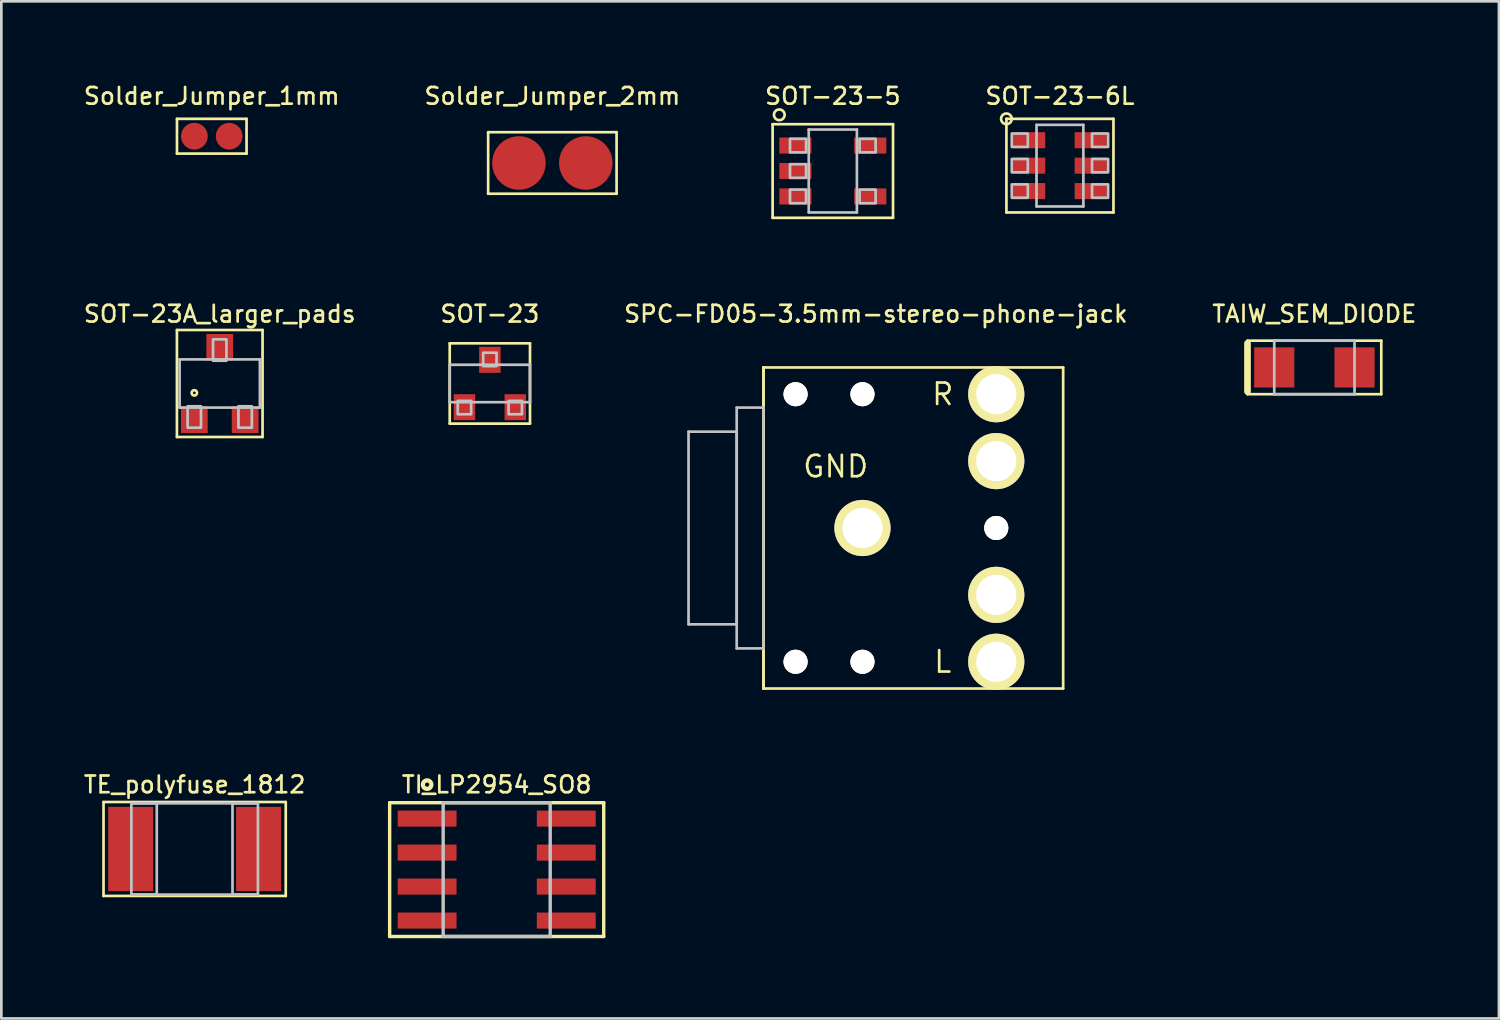
<source format=kicad_pcb>
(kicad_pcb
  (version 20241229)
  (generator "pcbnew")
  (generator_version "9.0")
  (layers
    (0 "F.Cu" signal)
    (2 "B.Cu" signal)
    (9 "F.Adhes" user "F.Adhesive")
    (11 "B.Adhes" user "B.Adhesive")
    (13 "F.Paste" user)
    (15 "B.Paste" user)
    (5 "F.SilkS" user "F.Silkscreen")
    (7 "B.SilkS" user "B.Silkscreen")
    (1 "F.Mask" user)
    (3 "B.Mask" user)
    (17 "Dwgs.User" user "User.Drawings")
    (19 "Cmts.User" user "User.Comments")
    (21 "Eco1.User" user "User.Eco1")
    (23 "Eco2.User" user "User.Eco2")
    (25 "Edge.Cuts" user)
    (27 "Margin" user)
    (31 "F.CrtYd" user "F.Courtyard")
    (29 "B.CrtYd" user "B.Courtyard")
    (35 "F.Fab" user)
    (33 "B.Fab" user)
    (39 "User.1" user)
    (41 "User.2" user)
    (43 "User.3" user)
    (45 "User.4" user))
  (footprint "SOT-23-6L"
    (layer "F.Cu")
    (at 36.562 3.141)
    (property "Reference" "SOT-23-6L" (at 0 -2.6 0) (layer "F.SilkS") (effects (font (size 0.625 0.625) (thickness 0.1))))
    (attr through_hole)
    (fp_line (start -2 -1.75) (end -2 1.75) (stroke (width 0.1) (type solid)) (layer "F.SilkS"))
    (fp_line (start -2 1.75) (end 2 1.75) (stroke (width 0.1) (type solid)) (layer "F.SilkS"))
    (fp_line (start 2 -1.75) (end -2 -1.75) (stroke (width 0.1) (type solid)) (layer "F.SilkS"))
    (fp_line (start 2 1.75) (end 2 -1.75) (stroke (width 0.1) (type solid)) (layer "F.SilkS"))
    (fp_circle (center -2 -1.75) (end -1.859 -1.609) (stroke (width 0.1) (type solid)) (fill no) (layer "F.SilkS"))
    (fp_line (start -0.875 -1.525) (end -0.875 1.525) (stroke (width 0.1) (type solid)) (layer "Dwgs.User"))
    (fp_line (start -0.875 1.525) (end 0.875 1.525) (stroke (width 0.1) (type solid)) (layer "Dwgs.User"))
    (fp_line (start 0.875 -1.525) (end -0.875 -1.525) (stroke (width 0.1) (type solid)) (layer "Dwgs.User"))
    (fp_line (start 0.875 1.525) (end 0.875 -1.525) (stroke (width 0.1) (type solid)) (layer "Dwgs.User"))
    (fp_poly (pts (xy -1.8 -1.2) (xy -1.8 -0.7) (xy -1.2 -0.7) (xy -1.2 -1.2) (xy -1.8 -1.2)) (stroke (width 0.1) (type solid)) (fill no) (layer "Dwgs.User"))
    (fp_poly (pts (xy -1.8 -0.25) (xy -1.8 0.25) (xy -1.2 0.25) (xy -1.2 -0.25) (xy -1.8 -0.25)) (stroke (width 0.1) (type solid)) (fill no) (layer "Dwgs.User"))
    (fp_poly (pts (xy -1.8 0.7) (xy -1.8 1.2) (xy -1.2 1.2) (xy -1.2 0.7) (xy -1.8 0.7)) (stroke (width 0.1) (type solid)) (fill no) (layer "Dwgs.User"))
    (fp_poly (pts (xy 1.2 -1.2) (xy 1.2 -0.7) (xy 1.8 -0.7) (xy 1.8 -1.2) (xy 1.2 -1.2)) (stroke (width 0.1) (type solid)) (fill no) (layer "Dwgs.User"))
    (fp_poly (pts (xy 1.2 -0.25) (xy 1.2 0.25) (xy 1.8 0.25) (xy 1.8 -0.25) (xy 1.2 -0.25)) (stroke (width 0.1) (type solid)) (fill no) (layer "Dwgs.User"))
    (fp_poly (pts (xy 1.2 0.7) (xy 1.2 1.2) (xy 1.8 1.2) (xy 1.8 0.7) (xy 1.2 0.7)) (stroke (width 0.1) (type solid)) (fill no) (layer "Dwgs.User"))
    (pad "1" smd rect (at -1.15 -0.95 180) (size 1.2 0.6) (layers "F.Cu" "F.Mask" "F.Paste"))
    (pad "2" smd rect (at -1.15 0 180) (size 1.2 0.6) (layers "F.Cu" "F.Mask" "F.Paste"))
    (pad "3" smd rect (at -1.15 0.95 180) (size 1.2 0.6) (layers "F.Cu" "F.Mask" "F.Paste"))
    (pad "4" smd rect (at 1.15 0.95) (size 1.2 0.6) (layers "F.Cu" "F.Mask" "F.Paste"))
    (pad "5" smd rect (at 1.15 0) (size 1.2 0.6) (layers "F.Cu" "F.Mask" "F.Paste"))
    (pad "6" smd rect (at 1.15 -0.95) (size 1.2 0.6) (layers "F.Cu" "F.Mask" "F.Paste")))
  (footprint "SOT-23"
    (layer "F.Cu")
    (at 15.257 11.282)
    (property "Reference" "SOT-23" (at 0 -2.6 0) (layer "F.SilkS") (effects (font (size 0.625 0.625) (thickness 0.1))))
    (attr through_hole)
    (fp_line (start -1.5 -1.5) (end -1.5 1.5) (stroke (width 0.1) (type solid)) (layer "F.SilkS"))
    (fp_line (start -1.5 1.5) (end 1.5 1.5) (stroke (width 0.1) (type solid)) (layer "F.SilkS"))
    (fp_line (start 1.5 -1.5) (end -1.5 -1.5) (stroke (width 0.1) (type solid)) (layer "F.SilkS"))
    (fp_line (start 1.5 1.5) (end 1.5 -1.5) (stroke (width 0.1) (type solid)) (layer "F.SilkS"))
    (fp_line (start -1.5 -0.7) (end -1.5 0.7) (stroke (width 0.1) (type solid)) (layer "Dwgs.User"))
    (fp_line (start -1.5 0.7) (end 1.5 0.7) (stroke (width 0.1) (type solid)) (layer "Dwgs.User"))
    (fp_line (start 1.5 -0.7) (end -1.5 -0.7) (stroke (width 0.1) (type solid)) (layer "Dwgs.User"))
    (fp_line (start 1.5 0.7) (end 1.5 -0.7) (stroke (width 0.1) (type solid)) (layer "Dwgs.User"))
    (fp_poly (pts (xy -1.2 0.65) (xy -1.2 1.15) (xy -0.7 1.15) (xy -0.7 0.65) (xy -1.2 0.65)) (stroke (width 0.1) (type solid)) (fill no) (layer "Dwgs.User"))
    (fp_poly (pts (xy -0.25 -1.15) (xy -0.25 -0.65) (xy 0.25 -0.65) (xy 0.25 -1.15) (xy -0.25 -1.15)) (stroke (width 0.1) (type solid)) (fill no) (layer "Dwgs.User"))
    (fp_poly (pts (xy 0.7 0.65) (xy 0.7 1.15) (xy 1.2 1.15) (xy 1.2 0.65) (xy 0.7 0.65)) (stroke (width 0.1) (type solid)) (fill no) (layer "Dwgs.User"))
    (pad "1" smd rect (at -0.95 0.885) (size 0.802 0.972) (layers "F.Cu" "F.Mask" "F.Paste"))
    (pad "2" smd rect (at 0.95 0.885) (size 0.802 0.972) (layers "F.Cu" "F.Mask" "F.Paste"))
    (pad "3" smd rect (at 0 -0.885) (size 0.802 0.972) (layers "F.Cu" "F.Mask" "F.Paste")))
  (footprint "SOT-23-5"
    (layer "F.Cu")
    (at 28.074 3.341)
    (property "Reference" "SOT-23-5" (at 0 -2.8 0) (layer "F.SilkS") (effects (font (size 0.625 0.625) (thickness 0.1))))
    (attr through_hole)
    (fp_line (start -2.25 -1.75) (end -2.25 1.75) (stroke (width 0.1) (type solid)) (layer "F.SilkS"))
    (fp_line (start -2.25 1.75) (end 2.25 1.75) (stroke (width 0.1) (type solid)) (layer "F.SilkS"))
    (fp_line (start 2.25 -1.75) (end -2.25 -1.75) (stroke (width 0.1) (type solid)) (layer "F.SilkS"))
    (fp_line (start 2.25 1.75) (end 2.25 -1.75) (stroke (width 0.1) (type solid)) (layer "F.SilkS"))
    (fp_circle (center -2 -2.1) (end -1.859 -1.959) (stroke (width 0.1) (type solid)) (fill no) (layer "F.SilkS"))
    (fp_line (start -0.9 -1.55) (end -0.9 1.55) (stroke (width 0.1) (type solid)) (layer "Dwgs.User"))
    (fp_line (start -0.9 1.55) (end 0.9 1.55) (stroke (width 0.1) (type solid)) (layer "Dwgs.User"))
    (fp_line (start 0.9 -1.55) (end -0.9 -1.55) (stroke (width 0.1) (type solid)) (layer "Dwgs.User"))
    (fp_line (start 0.9 1.55) (end 0.9 -1.55) (stroke (width 0.1) (type solid)) (layer "Dwgs.User"))
    (fp_poly (pts (xy -1.6 -1.205) (xy -1.6 -0.695) (xy -1 -0.695) (xy -1 -1.205) (xy -1.6 -1.205)) (stroke (width 0.1) (type solid)) (fill no) (layer "Dwgs.User"))
    (fp_poly (pts (xy -1.6 -0.255) (xy -1.6 0.255) (xy -1 0.255) (xy -1 -0.255) (xy -1.6 -0.255)) (stroke (width 0.1) (type solid)) (fill no) (layer "Dwgs.User"))
    (fp_poly (pts (xy -1.6 0.695) (xy -1.6 1.205) (xy -1 1.205) (xy -1 0.695) (xy -1.6 0.695)) (stroke (width 0.1) (type solid)) (fill no) (layer "Dwgs.User"))
    (fp_poly (pts (xy 1 -1.205) (xy 1 -0.695) (xy 1.6 -0.695) (xy 1.6 -1.205) (xy 1 -1.205)) (stroke (width 0.1) (type solid)) (fill no) (layer "Dwgs.User"))
    (fp_poly (pts (xy 1 0.695) (xy 1 1.205) (xy 1.6 1.205) (xy 1.6 0.695) (xy 1 0.695)) (stroke (width 0.1) (type solid)) (fill no) (layer "Dwgs.User"))
    (pad "1" smd rect (at -1.4 -0.95 180) (size 1.2 0.6) (layers "F.Cu" "F.Mask" "F.Paste"))
    (pad "2" smd rect (at -1.4 0 180) (size 1.2 0.6) (layers "F.Cu" "F.Mask" "F.Paste"))
    (pad "3" smd rect (at -1.4 0.95 180) (size 1.2 0.6) (layers "F.Cu" "F.Mask" "F.Paste"))
    (pad "4" smd rect (at 1.4 0.95) (size 1.2 0.6) (layers "F.Cu" "F.Mask" "F.Paste"))
    (pad "5" smd rect (at 1.4 -0.95) (size 1.2 0.6) (layers "F.Cu" "F.Mask" "F.Paste")))
  (footprint "TI_LP2954_SO8"
    (layer "F.Cu")
    (at 15.512 29.448)
    (property "Reference" "TI_LP2954_SO8" (at 0 -3.175 0) (layer "F.SilkS") (effects (font (size 0.625 0.625) (thickness 0.1))))
    (attr through_hole)
    (fp_line (start -4 -2.5) (end -4 2.5) (stroke (width 0.127) (type solid)) (layer "F.SilkS"))
    (fp_line (start -4 2.5) (end 4 2.5) (stroke (width 0.127) (type solid)) (layer "F.SilkS"))
    (fp_line (start 4 -2.5) (end -4 -2.5) (stroke (width 0.127) (type solid)) (layer "F.SilkS"))
    (fp_line (start 4 2.5) (end 4 -2.5) (stroke (width 0.127) (type solid)) (layer "F.SilkS"))
    (fp_circle (center -2.6 -3.175) (end -2.488 -3.063) (stroke (width 0.159) (type solid)) (fill no) (layer "F.SilkS"))
    (fp_line (start -2 -2.5) (end -2 2.5) (stroke (width 0.127) (type solid)) (layer "Dwgs.User"))
    (fp_line (start -2 2.5) (end 2 2.5) (stroke (width 0.127) (type solid)) (layer "Dwgs.User"))
    (fp_line (start 2 -2.5) (end -2 -2.5) (stroke (width 0.127) (type solid)) (layer "Dwgs.User"))
    (fp_line (start 2 2.5) (end 2 -2.5) (stroke (width 0.127) (type solid)) (layer "Dwgs.User"))
    (pad "1" smd rect (at -2.6 -1.905) (size 2.2 0.6) (layers "F.Cu" "F.Mask" "F.Paste"))
    (pad "2" smd rect (at -2.6 -0.635) (size 2.2 0.6) (layers "F.Cu" "F.Mask" "F.Paste"))
    (pad "3" smd rect (at -2.6 0.635) (size 2.2 0.6) (layers "F.Cu" "F.Mask" "F.Paste"))
    (pad "4" smd rect (at -2.6 1.905) (size 2.2 0.6) (layers "F.Cu" "F.Mask" "F.Paste"))
    (pad "5" smd rect (at 2.6 1.905) (size 2.2 0.6) (layers "F.Cu" "F.Mask" "F.Paste"))
    (pad "6" smd rect (at 2.6 0.635) (size 2.2 0.6) (layers "F.Cu" "F.Mask" "F.Paste"))
    (pad "7" smd rect (at 2.6 -0.635) (size 2.2 0.6) (layers "F.Cu" "F.Mask" "F.Paste"))
    (pad "8" smd rect (at 2.6 -1.905) (size 2.2 0.6) (layers "F.Cu" "F.Mask" "F.Paste")))
  (footprint "Solder_Jumper_1mm"
    (layer "F.Cu")
    (at 4.864 2.041)
    (property "Reference" "Solder_Jumper_1mm" (at 0 -1.5 0) (layer "F.SilkS") (effects (font (size 0.625 0.625) (thickness 0.1))))
    (attr through_hole)
    (fp_poly (pts (xy -0.25 -0.5) (xy -0.25 0.5) (xy 0.25 0.5) (xy 0.25 -0.5) (xy -0.25 -0.5)) (stroke (width 0) (type solid)) (fill yes) (layer "F.Mask"))
    (fp_line (start -1.3 -0.65) (end -1.3 0.65) (stroke (width 0.1) (type solid)) (layer "F.SilkS"))
    (fp_line (start -1.3 0.65) (end 1.3 0.65) (stroke (width 0.1) (type solid)) (layer "F.SilkS"))
    (fp_line (start 1.3 -0.65) (end -1.3 -0.65) (stroke (width 0.1) (type solid)) (layer "F.SilkS"))
    (fp_line (start 1.3 0.65) (end 1.3 -0.65) (stroke (width 0.1) (type solid)) (layer "F.SilkS"))
    (pad "1" smd oval (at -0.65 0) (size 1 1) (layers "F.Cu" "F.Mask" "F.Paste"))
    (pad "2" smd oval (at 0.65 0 180) (size 1 1) (layers "F.Cu" "F.Mask" "F.Paste")))
  (footprint "TAIW_SEM_DIODE"
    (layer "F.Cu")
    (at 46.071 10.682)
    (property "Reference" "TAIW_SEM_DIODE" (at 0 -2 0) (layer "F.SilkS") (effects (font (size 0.625 0.625) (thickness 0.1))))
    (attr through_hole)
    (fp_line (start -2.5 -1) (end -2.5 1) (stroke (width 0.1) (type solid)) (layer "F.SilkS"))
    (fp_line (start -2.5 -0.9) (end -2.5 0.9) (stroke (width 0.25) (type solid)) (layer "F.SilkS"))
    (fp_line (start -2.5 1) (end 2.5 1) (stroke (width 0.1) (type solid)) (layer "F.SilkS"))
    (fp_line (start 2.5 -1) (end -2.5 -1) (stroke (width 0.1) (type solid)) (layer "F.SilkS"))
    (fp_line (start 2.5 1) (end 2.5 -1) (stroke (width 0.1) (type solid)) (layer "F.SilkS"))
    (fp_line (start -1.5 -1) (end -1.5 1) (stroke (width 0.1) (type solid)) (layer "Dwgs.User"))
    (fp_line (start -1.5 1) (end 1.5 1) (stroke (width 0.1) (type solid)) (layer "Dwgs.User"))
    (fp_line (start 1.5 -1) (end -1.5 -1) (stroke (width 0.1) (type solid)) (layer "Dwgs.User"))
    (fp_line (start 1.5 1) (end 1.5 -1) (stroke (width 0.1) (type solid)) (layer "Dwgs.User"))
    (pad "1" smd rect (at 1.5 0) (size 1.5 1.5) (layers "F.Cu" "F.Mask" "F.Paste"))
    (pad "2" smd rect (at -1.5 0) (size 1.5 1.5) (layers "F.Cu" "F.Mask" "F.Paste")))
  (footprint "TE_polyfuse_1812"
    (layer "F.Cu")
    (at 4.224 28.678)
    (property "Reference" "TE_polyfuse_1812" (at 0 -2.405 0) (layer "F.SilkS") (effects (font (size 0.625 0.625) (thickness 0.1))))
    (attr through_hole)
    (fp_line (start -3.405 -1.755) (end -3.405 1.755) (stroke (width 0.1) (type solid)) (layer "F.SilkS"))
    (fp_line (start -3.405 1.755) (end 3.405 1.755) (stroke (width 0.1) (type solid)) (layer "F.SilkS"))
    (fp_line (start 3.405 -1.755) (end -3.405 -1.755) (stroke (width 0.1) (type solid)) (layer "F.SilkS"))
    (fp_line (start 3.405 1.755) (end 3.405 -1.755) (stroke (width 0.1) (type solid)) (layer "F.SilkS"))
    (fp_line (start -2.365 -1.705) (end 2.365 -1.705) (stroke (width 0.1) (type solid)) (layer "Dwgs.User"))
    (fp_line (start -2.365 1.705) (end 2.365 1.705) (stroke (width 0.1) (type solid)) (layer "Dwgs.User"))
    (fp_poly (pts (xy -2.365 -1.705) (xy -2.365 1.705) (xy -1.415 1.705) (xy -1.415 -1.705) (xy -2.365 -1.705)) (stroke (width 0.1) (type solid)) (fill no) (layer "Dwgs.User"))
    (fp_poly (pts (xy 1.415 -1.705) (xy 1.415 1.705) (xy 2.365 1.705) (xy 2.365 -1.705) (xy 1.415 -1.705)) (stroke (width 0.1) (type solid)) (fill no) (layer "Dwgs.User"))
    (pad "1" smd rect (at -2.39 0) (size 1.68 3.15) (layers "F.Cu" "F.Mask" "F.Paste"))
    (pad "2" smd rect (at 2.39 0) (size 1.68 3.15) (layers "F.Cu" "F.Mask" "F.Paste")))
  (footprint "Solder_Jumper_2mm"
    (layer "F.Cu")
    (at 17.593 3.041)
    (property "Reference" "Solder_Jumper_2mm" (at 0 -2.5 0) (layer "F.SilkS") (effects (font (size 0.625 0.625) (thickness 0.1))))
    (attr through_hole)
    (fp_poly (pts (xy -0.35 -1) (xy -0.35 1) (xy 0.35 1) (xy 0.35 -1) (xy -0.35 -1)) (stroke (width 0) (type solid)) (fill yes) (layer "F.Mask"))
    (fp_line (start -2.4 -1.15) (end -2.4 1.15) (stroke (width 0.1) (type solid)) (layer "F.SilkS"))
    (fp_line (start -2.4 1.15) (end 2.4 1.15) (stroke (width 0.1) (type solid)) (layer "F.SilkS"))
    (fp_line (start 2.4 -1.15) (end -2.4 -1.15) (stroke (width 0.1) (type solid)) (layer "F.SilkS"))
    (fp_line (start 2.4 1.15) (end 2.4 -1.15) (stroke (width 0.1) (type solid)) (layer "F.SilkS"))
    (pad "1" smd oval (at -1.25 0) (size 2 2) (layers "F.Cu" "F.Mask" "F.Paste"))
    (pad "2" smd oval (at 1.25 0 180) (size 2 2) (layers "F.Cu" "F.Mask" "F.Paste")))
  (footprint "SOT-23A_larger_pads"
    (layer "F.Cu")
    (at 5.162 11.282)
    (property "Reference" "SOT-23A_larger_pads" (at 0 -2.6 0) (layer "F.SilkS") (effects (font (size 0.625 0.625) (thickness 0.1))))
    (attr through_hole)
    (fp_line (start -1.6 -2) (end -1.6 2) (stroke (width 0.1) (type solid)) (layer "F.SilkS"))
    (fp_line (start -1.6 2) (end 1.6 2) (stroke (width 0.1) (type solid)) (layer "F.SilkS"))
    (fp_line (start 1.6 -2) (end -1.6 -2) (stroke (width 0.1) (type solid)) (layer "F.SilkS"))
    (fp_line (start 1.6 2) (end 1.6 -2) (stroke (width 0.1) (type solid)) (layer "F.SilkS"))
    (fp_circle (center -0.95 0.35) (end -0.879 0.421) (stroke (width 0.1) (type solid)) (fill no) (layer "F.SilkS"))
    (fp_line (start -1.5 -0.9) (end -1.5 0.9) (stroke (width 0.1) (type solid)) (layer "Dwgs.User"))
    (fp_line (start -1.5 0.9) (end 1.5 0.9) (stroke (width 0.1) (type solid)) (layer "Dwgs.User"))
    (fp_line (start 1.5 -0.9) (end -1.5 -0.9) (stroke (width 0.1) (type solid)) (layer "Dwgs.User"))
    (fp_line (start 1.5 0.9) (end 1.5 -0.9) (stroke (width 0.1) (type solid)) (layer "Dwgs.User"))
    (fp_poly (pts (xy -1.2 0.85) (xy -1.2 1.65) (xy -0.7 1.65) (xy -0.7 0.85) (xy -1.2 0.85)) (stroke (width 0.1) (type solid)) (fill no) (layer "Dwgs.User"))
    (fp_poly (pts (xy -0.25 -1.65) (xy -0.25 -0.85) (xy 0.25 -0.85) (xy 0.25 -1.65) (xy -0.25 -1.65)) (stroke (width 0.1) (type solid)) (fill no) (layer "Dwgs.User"))
    (fp_poly (pts (xy 0.7 0.85) (xy 0.7 1.65) (xy 1.2 1.65) (xy 1.2 0.85) (xy 0.7 0.85)) (stroke (width 0.1) (type solid)) (fill no) (layer "Dwgs.User"))
    (pad "1" smd rect (at -0.95 1.35) (size 1 1) (layers "F.Cu" "F.Mask" "F.Paste"))
    (pad "2" smd rect (at 0.95 1.35) (size 1 1) (layers "F.Cu" "F.Mask" "F.Paste"))
    (pad "3" smd rect (at 0 -1.35) (size 1 1) (layers "F.Cu" "F.Mask" "F.Paste")))
  (footprint "SPC-FD05-3.5mm-stereo-phone-jack"
    (layer "F.Cu")
    (at 29.682 16.682)
    (property "Reference" "SPC-FD05-3.5mm-stereo-phone-jack" (at 0 -8 0) (layer "F.SilkS") (effects (font (size 0.625 0.625) (thickness 0.1))))
    (attr through_hole)
    (fp_line (start -4.2 -6) (end -4.2 6) (stroke (width 0.1) (type solid)) (layer "F.SilkS"))
    (fp_line (start -4.2 -6) (end -4.2 6) (stroke (width 0.1) (type solid)) (layer "F.SilkS"))
    (fp_line (start -4.2 6) (end 7 6) (stroke (width 0.1) (type solid)) (layer "F.SilkS"))
    (fp_line (start 7 -6) (end -4.2 -6) (stroke (width 0.1) (type solid)) (layer "F.SilkS"))
    (fp_line (start 7 6) (end 7 -6) (stroke (width 0.1) (type solid)) (layer "F.SilkS"))
    (fp_line (start -7 -3.6) (end -7 3.6) (stroke (width 0.1) (type solid)) (layer "Dwgs.User"))
    (fp_line (start -7 3.6) (end -5.2 3.6) (stroke (width 0.1) (type solid)) (layer "Dwgs.User"))
    (fp_line (start -5.2 -4.5) (end -5.2 4.5) (stroke (width 0.1) (type solid)) (layer "Dwgs.User"))
    (fp_line (start -5.2 -3.6) (end -7 -3.6) (stroke (width 0.1) (type solid)) (layer "Dwgs.User"))
    (fp_line (start -5.2 3.6) (end -5.2 -3.6) (stroke (width 0.1) (type solid)) (layer "Dwgs.User"))
    (fp_line (start -5.2 4.5) (end -4.2 4.5) (stroke (width 0.1) (type solid)) (layer "Dwgs.User"))
    (fp_line (start -4.2 -4.5) (end -5.2 -4.5) (stroke (width 0.1) (type solid)) (layer "Dwgs.User"))
    (fp_line (start -4.2 4.5) (end -4.2 -4.5) (stroke (width 0.1) (type solid)) (layer "Dwgs.User"))
    (fp_text user "GND" (at -1.5 -2.3 0) (layer "F.SilkS") (effects (font (size 0.8 0.8) (thickness 0.1))))
    (fp_text user "L" (at 2.5 5 0) (layer "F.SilkS") (effects (font (size 0.8 0.8) (thickness 0.1))))
    (fp_text user "R" (at 2.5 -5 0) (layer "F.SilkS") (effects (font (size 0.8 0.8) (thickness 0.1))))
    (pad "1" thru_hole circle (at -0.5 0) (size 2.1 2.1) (drill 1.5) (layers "*.Cu" "*.Mask" "F.SilkS"))
    (pad "2" thru_hole circle (at 4.5 5 180) (size 2.1 2.1) (drill 1.5) (layers "*.Cu" "*.Mask" "F.SilkS"))
    (pad "3" thru_hole circle (at 4.5 -5) (size 2.1 2.1) (drill 1.5) (layers "*.Cu" "*.Mask" "F.SilkS"))
    (pad "10" thru_hole circle (at 4.5 2.5 180) (size 2.1 2.1) (drill 1.5) (layers "*.Cu" "*.Mask" "F.SilkS"))
    (pad "11" thru_hole circle (at 4.5 -2.5) (size 2.1 2.1) (drill 1.5) (layers "*.Cu" "*.Mask" "F.SilkS"))
    (pad "d1" thru_hole circle (at -3 -5) (size 0.9 0.9) (drill 0.9) (layers "*.Cu" "*.Mask" "F.SilkS"))
    (pad "d2" thru_hole circle (at -3 5 180) (size 0.9 0.9) (drill 0.9) (layers "*.Cu" "*.Mask" "F.SilkS"))
    (pad "d3" thru_hole circle (at -0.5 -5) (size 0.9 0.9) (drill 0.9) (layers "*.Cu" "*.Mask" "F.SilkS"))
    (pad "d4" thru_hole circle (at -0.5 5 180) (size 0.9 0.9) (drill 0.9) (layers "*.Cu" "*.Mask" "F.SilkS"))
    (pad "d5" thru_hole circle (at 4.5 0) (size 0.9 0.9) (drill 0.9) (layers "*.Cu" "*.Mask" "F.SilkS")))
  (gr_rect
    (start -3 -3)
    (end 52.968 35.012)
    (stroke (width 0.1) (type default))
    (fill no)
    (layer "Edge.Cuts")))
</source>
